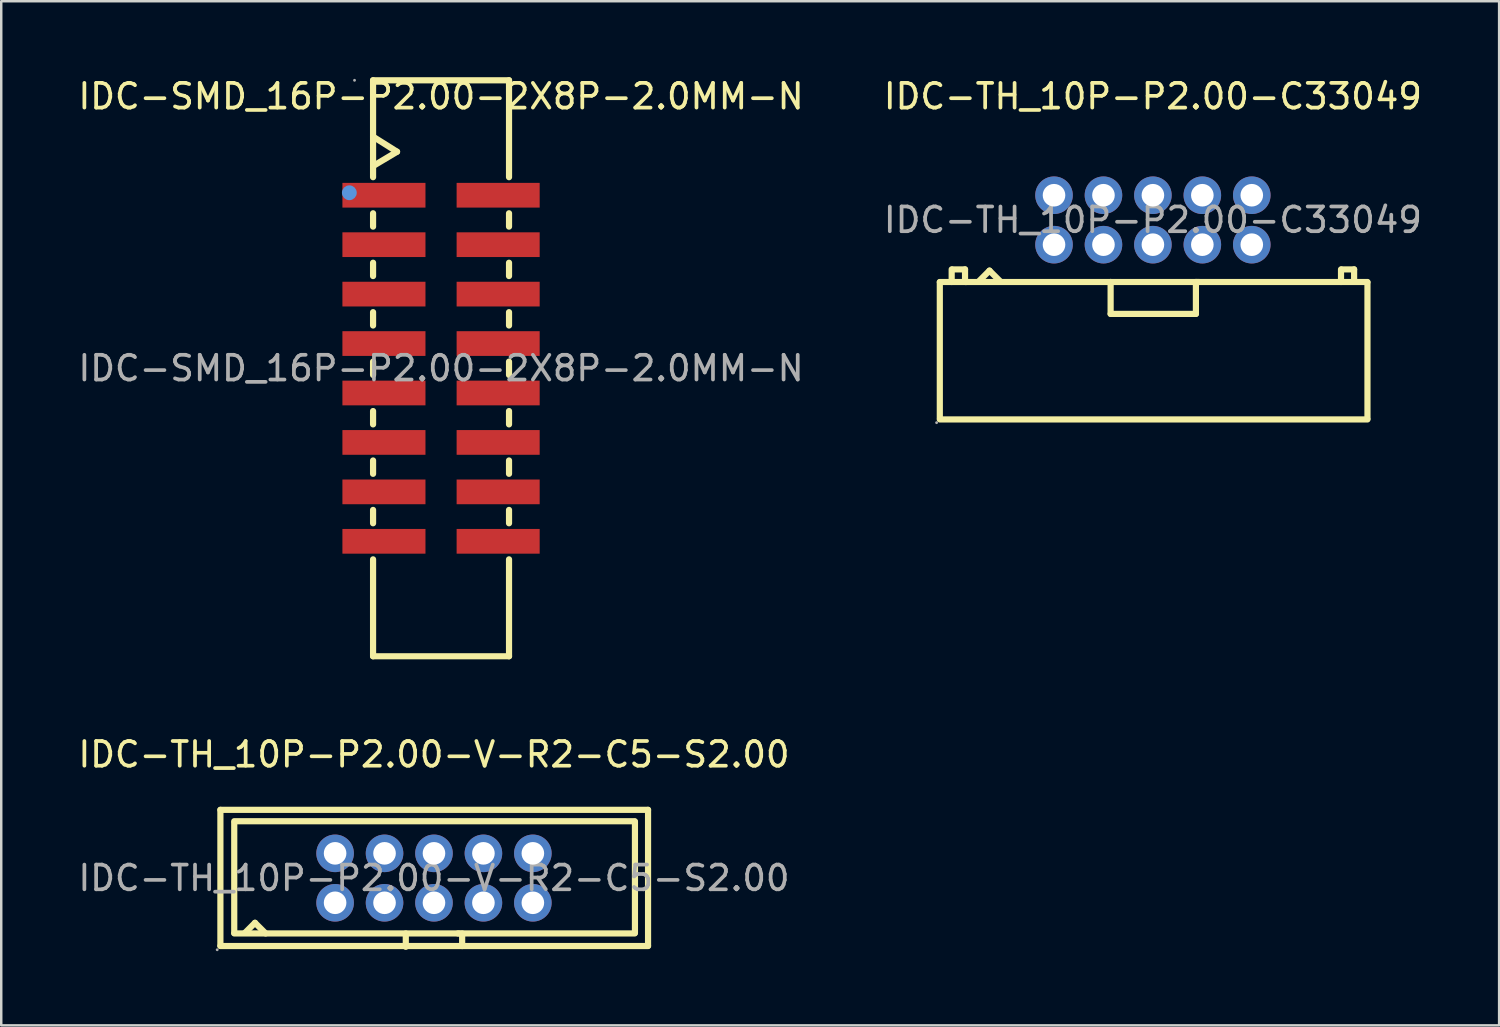
<source format=kicad_pcb>
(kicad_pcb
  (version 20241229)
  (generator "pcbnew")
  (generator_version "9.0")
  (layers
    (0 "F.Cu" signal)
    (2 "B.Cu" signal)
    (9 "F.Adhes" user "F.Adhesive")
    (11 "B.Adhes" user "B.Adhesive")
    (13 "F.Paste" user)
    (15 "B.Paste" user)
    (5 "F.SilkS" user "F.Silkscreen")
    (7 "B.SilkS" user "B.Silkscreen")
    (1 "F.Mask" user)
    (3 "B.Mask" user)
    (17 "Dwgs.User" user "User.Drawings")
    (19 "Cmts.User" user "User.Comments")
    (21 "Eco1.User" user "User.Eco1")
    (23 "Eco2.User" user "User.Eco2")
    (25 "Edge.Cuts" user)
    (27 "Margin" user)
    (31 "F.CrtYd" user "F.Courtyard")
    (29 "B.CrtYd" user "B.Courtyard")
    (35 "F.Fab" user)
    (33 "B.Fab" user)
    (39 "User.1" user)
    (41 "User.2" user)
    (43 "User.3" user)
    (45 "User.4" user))
  (footprint "IDC-TH_10P-P2.00-V-R2-C5-S2.00"
    (layer "F.Cu")
    (at 14.506 32.471)
    (property "Reference" "IDC-TH_10P-P2.00-V-R2-C5-S2.00" (at 0 -5 0) (layer "F.SilkS") (effects (font (size 1 1) (thickness 0.15))))
    (attr through_hole)
    (fp_line (start -8.64 -2.76) (end -8.64 2.74) (stroke (width 0.25) (type solid)) (layer "F.SilkS"))
    (fp_line (start -8.64 -2.76) (end 8.66 -2.76) (stroke (width 0.25) (type solid)) (layer "F.SilkS"))
    (fp_line (start -8.64 2.75) (end 8.66 2.75) (stroke (width 0.25) (type solid)) (layer "F.SilkS"))
    (fp_line (start -8.08 -2.3) (end 8.12 -2.3) (stroke (width 0.25) (type solid)) (layer "F.SilkS"))
    (fp_line (start -8.08 -2.23) (end -8.08 2.22) (stroke (width 0.25) (type solid)) (layer "F.SilkS"))
    (fp_line (start -8.08 2.24) (end 1.02 2.24) (stroke (width 0.25) (type solid)) (layer "F.SilkS"))
    (fp_line (start -7.65 2.22) (end -7.24 1.81) (stroke (width 0.25) (type solid)) (layer "F.SilkS"))
    (fp_line (start -7.24 1.81) (end -6.81 2.24) (stroke (width 0.25) (type solid)) (layer "F.SilkS"))
    (fp_line (start -1.14 2.24) (end -1.14 2.78) (stroke (width 0.25) (type solid)) (layer "F.SilkS"))
    (fp_line (start 0.97 2.24) (end 8.12 2.24) (stroke (width 0.25) (type solid)) (layer "F.SilkS"))
    (fp_line (start 1.14 2.24) (end 1.14 2.75) (stroke (width 0.25) (type solid)) (layer "F.SilkS"))
    (fp_line (start 8.13 -2.28) (end 8.13 2.22) (stroke (width 0.25) (type solid)) (layer "F.SilkS"))
    (fp_line (start 8.66 -2.76) (end 8.66 2.74) (stroke (width 0.25) (type solid)) (layer "F.SilkS"))
    (fp_circle (center -8.77 2.9) (end -8.74 2.9) (stroke (width 0.06) (type solid)) (fill no) (layer "F.Fab"))
    (fp_circle (center -4 -1) (end -3.82 -1) (stroke (width 0.36) (type solid)) (fill no) (layer "F.Fab"))
    (fp_circle (center -4 1) (end -3.82 1) (stroke (width 0.36) (type solid)) (fill no) (layer "F.Fab"))
    (fp_circle (center -2 -1) (end -1.82 -1) (stroke (width 0.36) (type solid)) (fill no) (layer "F.Fab"))
    (fp_circle (center -2 1) (end -1.82 1) (stroke (width 0.36) (type solid)) (fill no) (layer "F.Fab"))
    (fp_circle (center 0 -1) (end 0.18 -1) (stroke (width 0.36) (type solid)) (fill no) (layer "F.Fab"))
    (fp_circle (center 0 1) (end 0.18 1) (stroke (width 0.36) (type solid)) (fill no) (layer "F.Fab"))
    (fp_circle (center 2 -1) (end 2.18 -1) (stroke (width 0.36) (type solid)) (fill no) (layer "F.Fab"))
    (fp_circle (center 2 1) (end 2.18 1) (stroke (width 0.36) (type solid)) (fill no) (layer "F.Fab"))
    (fp_circle (center 4 -1) (end 4.18 -1) (stroke (width 0.36) (type solid)) (fill no) (layer "F.Fab"))
    (fp_circle (center 4 1) (end 4.18 1) (stroke (width 0.36) (type solid)) (fill no) (layer "F.Fab"))
    (fp_text user "${REFERENCE}" (at 0 0 0) (layer "F.Fab") (effects (font (size 1 1) (thickness 0.15))))
    (pad "1" thru_hole circle (at -4 1) (size 1.52 1.52) (drill 0.914) (layers "*.Cu" "*.Paste" "*.Mask"))
    (pad "2" thru_hole circle (at -4 -1) (size 1.52 1.52) (drill 0.914) (layers "*.Cu" "*.Paste" "*.Mask"))
    (pad "3" thru_hole circle (at -2 1) (size 1.52 1.52) (drill 0.914) (layers "*.Cu" "*.Paste" "*.Mask"))
    (pad "4" thru_hole circle (at -2 -1) (size 1.52 1.52) (drill 0.914) (layers "*.Cu" "*.Paste" "*.Mask"))
    (pad "5" thru_hole circle (at 0 1) (size 1.52 1.52) (drill 0.914) (layers "*.Cu" "*.Paste" "*.Mask"))
    (pad "6" thru_hole circle (at 0 -1) (size 1.52 1.52) (drill 0.914) (layers "*.Cu" "*.Paste" "*.Mask"))
    (pad "7" thru_hole circle (at 2 1) (size 1.52 1.52) (drill 0.914) (layers "*.Cu" "*.Paste" "*.Mask"))
    (pad "8" thru_hole circle (at 2 -1) (size 1.52 1.52) (drill 0.914) (layers "*.Cu" "*.Paste" "*.Mask"))
    (pad "9" thru_hole circle (at 4 1) (size 1.52 1.52) (drill 0.914) (layers "*.Cu" "*.Paste" "*.Mask"))
    (pad "10" thru_hole circle (at 4 -1) (size 1.52 1.52) (drill 0.914) (layers "*.Cu" "*.Paste" "*.Mask")))
  (footprint "IDC-TH_10P-P2.00-C33049"
    (layer "F.Cu")
    (at 43.589 5.848)
    (property "Reference" "IDC-TH_10P-P2.00-C33049" (at 0 -5 0) (layer "F.SilkS") (effects (font (size 1 1) (thickness 0.15))))
    (attr through_hole)
    (fp_line (start -8.62 2.51) (end -7.58 2.51) (stroke (width 0.25) (type solid)) (layer "F.SilkS"))
    (fp_line (start -8.62 2.52) (end -8.62 8.02) (stroke (width 0.25) (type solid)) (layer "F.SilkS"))
    (fp_line (start -8.62 8.07) (end 8.68 8.07) (stroke (width 0.25) (type solid)) (layer "F.SilkS"))
    (fp_line (start -8.14 2.51) (end -8.14 2) (stroke (width 0.25) (type solid)) (layer "F.SilkS"))
    (fp_line (start -8.11 2) (end -7.6 2) (stroke (width 0.25) (type solid)) (layer "F.SilkS"))
    (fp_line (start -7.6 2) (end -7.6 2.46) (stroke (width 0.25) (type solid)) (layer "F.SilkS"))
    (fp_line (start -7.58 2.51) (end -7.55 2.51) (stroke (width 0.25) (type solid)) (layer "F.SilkS"))
    (fp_line (start -7.55 2.51) (end -1.71 2.51) (stroke (width 0.25) (type solid)) (layer "F.SilkS"))
    (fp_line (start -7.02 2.46) (end -6.61 2.05) (stroke (width 0.25) (type solid)) (layer "F.SilkS"))
    (fp_line (start -6.61 2.05) (end -6.18 2.48) (stroke (width 0.25) (type solid)) (layer "F.SilkS"))
    (fp_line (start -1.71 2.51) (end -1.71 3.8) (stroke (width 0.25) (type solid)) (layer "F.SilkS"))
    (fp_line (start -1.71 2.51) (end 1.87 2.51) (stroke (width 0.25) (type solid)) (layer "F.SilkS"))
    (fp_line (start -1.71 3.8) (end 1.74 3.8) (stroke (width 0.25) (type solid)) (layer "F.SilkS"))
    (fp_line (start 1.74 2.51) (end 8.68 2.51) (stroke (width 0.25) (type solid)) (layer "F.SilkS"))
    (fp_line (start 1.74 3.8) (end 1.74 2.51) (stroke (width 0.25) (type solid)) (layer "F.SilkS"))
    (fp_line (start 7.61 2.51) (end 7.61 2) (stroke (width 0.25) (type solid)) (layer "F.SilkS"))
    (fp_line (start 7.64 2) (end 8.14 2) (stroke (width 0.25) (type solid)) (layer "F.SilkS"))
    (fp_line (start 8.14 2) (end 8.14 2.46) (stroke (width 0.25) (type solid)) (layer "F.SilkS"))
    (fp_line (start 8.68 2.53) (end 8.68 8.03) (stroke (width 0.25) (type solid)) (layer "F.SilkS"))
    (fp_circle (center -8.75 8.2) (end -8.72 8.2) (stroke (width 0.06) (type solid)) (fill no) (layer "F.Fab"))
    (fp_circle (center -4 -1) (end -3.82 -1) (stroke (width 0.36) (type solid)) (fill no) (layer "F.Fab"))
    (fp_circle (center -4 1) (end -3.82 1) (stroke (width 0.36) (type solid)) (fill no) (layer "F.Fab"))
    (fp_circle (center -2 -1) (end -1.82 -1) (stroke (width 0.36) (type solid)) (fill no) (layer "F.Fab"))
    (fp_circle (center -2 1) (end -1.82 1) (stroke (width 0.36) (type solid)) (fill no) (layer "F.Fab"))
    (fp_circle (center 0 -1) (end 0.18 -1) (stroke (width 0.36) (type solid)) (fill no) (layer "F.Fab"))
    (fp_circle (center 0 1) (end 0.18 1) (stroke (width 0.36) (type solid)) (fill no) (layer "F.Fab"))
    (fp_circle (center 2 -1) (end 2.18 -1) (stroke (width 0.36) (type solid)) (fill no) (layer "F.Fab"))
    (fp_circle (center 2 1) (end 2.18 1) (stroke (width 0.36) (type solid)) (fill no) (layer "F.Fab"))
    (fp_circle (center 4 -1) (end 4.18 -1) (stroke (width 0.36) (type solid)) (fill no) (layer "F.Fab"))
    (fp_circle (center 4 1) (end 4.18 1) (stroke (width 0.36) (type solid)) (fill no) (layer "F.Fab"))
    (fp_text user "${REFERENCE}" (at 0 0 0) (layer "F.Fab") (effects (font (size 1 1) (thickness 0.15))))
    (pad "1" thru_hole circle (at -4 1) (size 1.52 1.52) (drill 0.914) (layers "*.Cu" "*.Paste" "*.Mask"))
    (pad "2" thru_hole circle (at -4 -1) (size 1.52 1.52) (drill 0.914) (layers "*.Cu" "*.Paste" "*.Mask"))
    (pad "3" thru_hole circle (at -2 1) (size 1.52 1.52) (drill 0.914) (layers "*.Cu" "*.Paste" "*.Mask"))
    (pad "4" thru_hole circle (at -2 -1) (size 1.52 1.52) (drill 0.914) (layers "*.Cu" "*.Paste" "*.Mask"))
    (pad "5" thru_hole circle (at 0 1) (size 1.52 1.52) (drill 0.914) (layers "*.Cu" "*.Paste" "*.Mask"))
    (pad "6" thru_hole circle (at 0 -1) (size 1.52 1.52) (drill 0.914) (layers "*.Cu" "*.Paste" "*.Mask"))
    (pad "7" thru_hole circle (at 2 1) (size 1.52 1.52) (drill 0.914) (layers "*.Cu" "*.Paste" "*.Mask"))
    (pad "8" thru_hole circle (at 2 -1) (size 1.52 1.52) (drill 0.914) (layers "*.Cu" "*.Paste" "*.Mask"))
    (pad "9" thru_hole circle (at 4 1) (size 1.52 1.52) (drill 0.914) (layers "*.Cu" "*.Paste" "*.Mask"))
    (pad "10" thru_hole circle (at 4 -1) (size 1.52 1.52) (drill 0.914) (layers "*.Cu" "*.Paste" "*.Mask")))
  (footprint "IDC-SMD_16P-P2.00-2X8P-2.0MM-N"
    (layer "F.Cu")
    (at 14.792 11.848)
    (property "Reference" "IDC-SMD_16P-P2.00-2X8P-2.0MM-N" (at 0 -11 0) (layer "F.SilkS") (effects (font (size 1 1) (thickness 0.15))))
    (attr through_hole)
    (fp_line (start -2.75 -11.65) (end -2.75 -7.73) (stroke (width 0.25) (type solid)) (layer "F.SilkS"))
    (fp_line (start -2.75 -11.65) (end 2.75 -11.65) (stroke (width 0.25) (type solid)) (layer "F.SilkS"))
    (fp_line (start -2.75 -9.37) (end -1.78 -8.76) (stroke (width 0.25) (type solid)) (layer "F.SilkS"))
    (fp_line (start -2.75 -6.27) (end -2.75 -5.73) (stroke (width 0.25) (type solid)) (layer "F.SilkS"))
    (fp_line (start -2.75 -4.27) (end -2.75 -3.73) (stroke (width 0.25) (type solid)) (layer "F.SilkS"))
    (fp_line (start -2.75 -2.27) (end -2.75 -1.73) (stroke (width 0.25) (type solid)) (layer "F.SilkS"))
    (fp_line (start -2.75 -0.27) (end -2.75 0.27) (stroke (width 0.25) (type solid)) (layer "F.SilkS"))
    (fp_line (start -2.75 1.73) (end -2.75 2.27) (stroke (width 0.25) (type solid)) (layer "F.SilkS"))
    (fp_line (start -2.75 3.73) (end -2.75 4.27) (stroke (width 0.25) (type solid)) (layer "F.SilkS"))
    (fp_line (start -2.75 5.73) (end -2.75 6.27) (stroke (width 0.25) (type solid)) (layer "F.SilkS"))
    (fp_line (start -2.75 7.73) (end -2.75 11.65) (stroke (width 0.25) (type solid)) (layer "F.SilkS"))
    (fp_line (start -1.78 -8.76) (end -2.75 -8.18) (stroke (width 0.25) (type solid)) (layer "F.SilkS"))
    (fp_line (start 2.75 -11.65) (end 2.75 -7.73) (stroke (width 0.25) (type solid)) (layer "F.SilkS"))
    (fp_line (start 2.75 -6.27) (end 2.75 -5.73) (stroke (width 0.25) (type solid)) (layer "F.SilkS"))
    (fp_line (start 2.75 -4.27) (end 2.75 -3.73) (stroke (width 0.25) (type solid)) (layer "F.SilkS"))
    (fp_line (start 2.75 -2.27) (end 2.75 -1.73) (stroke (width 0.25) (type solid)) (layer "F.SilkS"))
    (fp_line (start 2.75 -0.27) (end 2.75 0.27) (stroke (width 0.25) (type solid)) (layer "F.SilkS"))
    (fp_line (start 2.75 1.73) (end 2.75 2.27) (stroke (width 0.25) (type solid)) (layer "F.SilkS"))
    (fp_line (start 2.75 3.73) (end 2.75 4.27) (stroke (width 0.25) (type solid)) (layer "F.SilkS"))
    (fp_line (start 2.75 5.73) (end 2.75 6.27) (stroke (width 0.25) (type solid)) (layer "F.SilkS"))
    (fp_line (start 2.75 7.73) (end 2.75 11.65) (stroke (width 0.25) (type solid)) (layer "F.SilkS"))
    (fp_line (start 2.75 11.65) (end -2.75 11.65) (stroke (width 0.25) (type solid)) (layer "F.SilkS"))
    (fp_circle (center -3.71 -7.1) (end -3.56 -7.1) (stroke (width 0.3) (type solid)) (fill no) (layer "Cmts.User"))
    (fp_circle (center -3.5 -11.65) (end -3.47 -11.65) (stroke (width 0.06) (type solid)) (fill no) (layer "F.Fab"))
    (fp_text user "${REFERENCE}" (at 0 0 0) (layer "F.Fab") (effects (font (size 1 1) (thickness 0.15))))
    (pad "1" smd rect (at -2.31 -7) (size 3.36 1) (layers "F.Cu" "F.Mask" "F.Paste"))
    (pad "2" smd rect (at 2.31 -7) (size 3.36 1) (layers "F.Cu" "F.Mask" "F.Paste"))
    (pad "3" smd rect (at -2.31 -5) (size 3.36 1) (layers "F.Cu" "F.Mask" "F.Paste"))
    (pad "4" smd rect (at 2.31 -5) (size 3.36 1) (layers "F.Cu" "F.Mask" "F.Paste"))
    (pad "5" smd rect (at -2.31 -3) (size 3.36 1) (layers "F.Cu" "F.Mask" "F.Paste"))
    (pad "6" smd rect (at 2.31 -3) (size 3.36 1) (layers "F.Cu" "F.Mask" "F.Paste"))
    (pad "7" smd rect (at -2.31 -1) (size 3.36 1) (layers "F.Cu" "F.Mask" "F.Paste"))
    (pad "8" smd rect (at 2.31 -1) (size 3.36 1) (layers "F.Cu" "F.Mask" "F.Paste"))
    (pad "9" smd rect (at -2.31 1) (size 3.36 1) (layers "F.Cu" "F.Mask" "F.Paste"))
    (pad "10" smd rect (at 2.31 1) (size 3.36 1) (layers "F.Cu" "F.Mask" "F.Paste"))
    (pad "11" smd rect (at -2.31 3) (size 3.36 1) (layers "F.Cu" "F.Mask" "F.Paste"))
    (pad "12" smd rect (at 2.31 3) (size 3.36 1) (layers "F.Cu" "F.Mask" "F.Paste"))
    (pad "13" smd rect (at -2.31 5) (size 3.36 1) (layers "F.Cu" "F.Mask" "F.Paste"))
    (pad "14" smd rect (at 2.31 5) (size 3.36 1) (layers "F.Cu" "F.Mask" "F.Paste"))
    (pad "15" smd rect (at -2.31 7) (size 3.36 1) (layers "F.Cu" "F.Mask" "F.Paste"))
    (pad "16" smd rect (at 2.31 7) (size 3.36 1) (layers "F.Cu" "F.Mask" "F.Paste")))
  (gr_rect
    (start -3 -3)
    (end 57.595 38.431)
    (stroke (width 0.1) (type default))
    (fill no)
    (layer "Edge.Cuts")))
</source>
